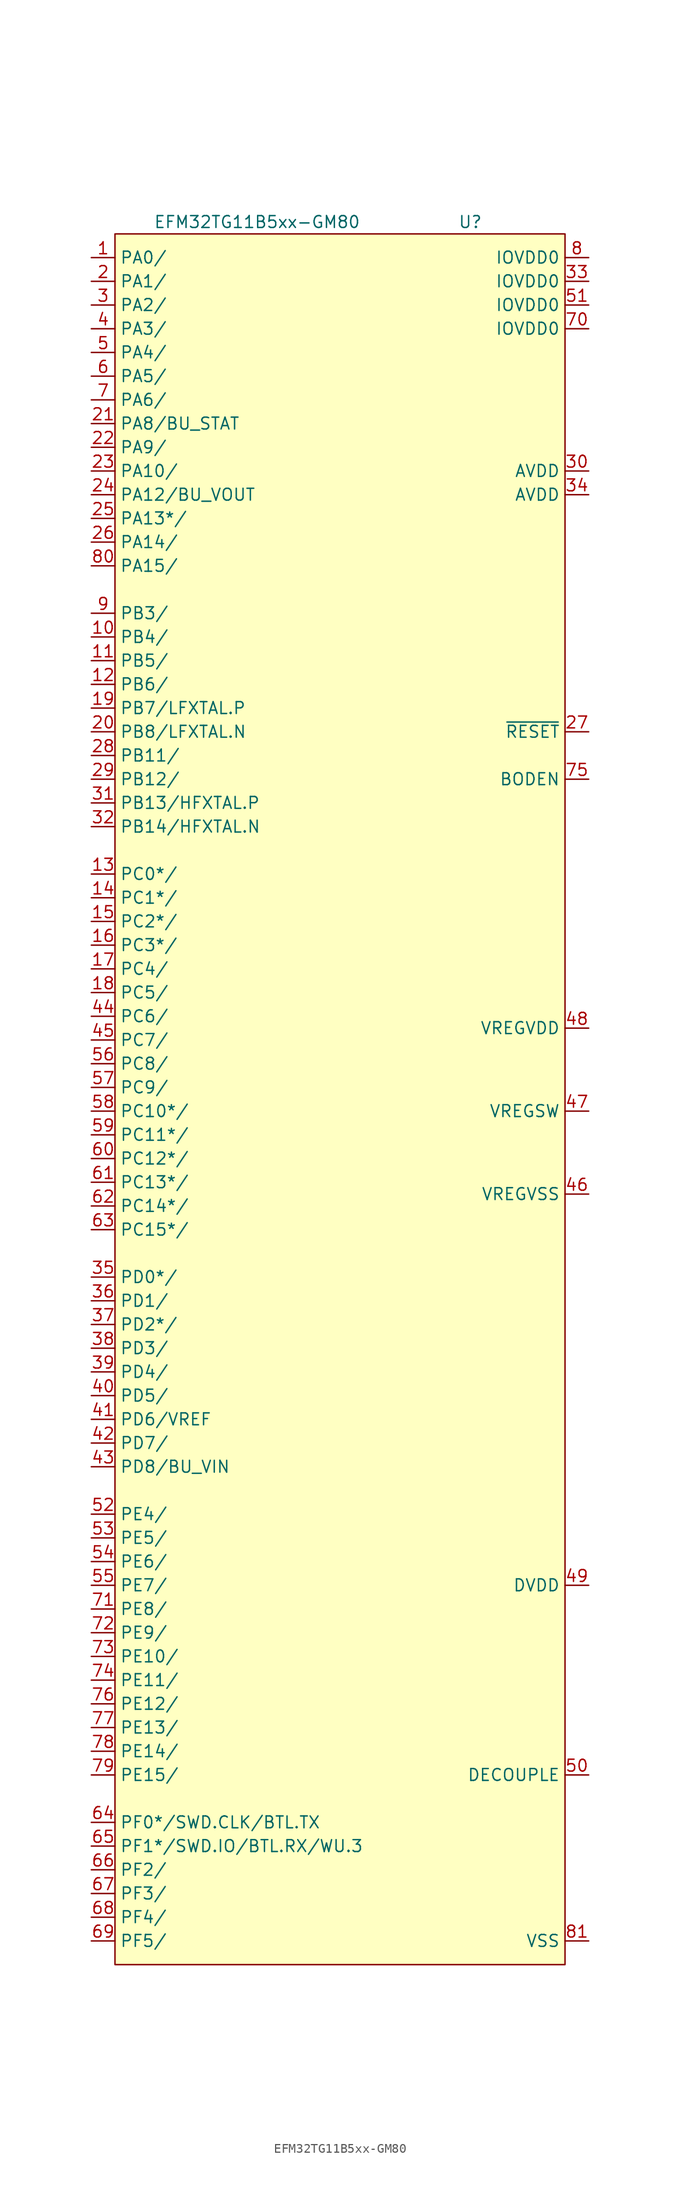
<source format=kicad_sym>
(kicad_symbol_lib
  (version 20231120)
  (generator "kicad_symbol_editor")
  (generator_version "8.0")
  (symbol "EFM32TG11B5xx-GM80"
    (property "Reference" "U"
      (at 13.97 95.25 0)
      (effects (font (size 1.27 1.27))))
    (property "Value" "EFM32TG11B5xx-GM80"
      (at -8.89 95.25 0)
      (effects (font (size 1.27 1.27))))
    (symbol "EFM32TG11B5xx-GM80_0_1"
      (rectangle (start -24.13 93.98) (end 24.13 -91.44) (stroke (width 0) (type default)) (fill (type background))))
    (symbol "EFM32TG11B5xx-GM80_1_1"
      (pin bidirectional line (at -26.67 91.44 0) (length 2.54) (name "PA0/" (effects (font (size 1.27 1.27)))) (number "1" (effects (font (size 1.27 1.27)))))
      (pin bidirectional line (at -26.67 50.8 0) (length 2.54) (name "PB4/" (effects (font (size 1.27 1.27)))) (number "10" (effects (font (size 1.27 1.27)))))
      (pin bidirectional line (at -26.67 48.26 0) (length 2.54) (name "PB5/" (effects (font (size 1.27 1.27)))) (number "11" (effects (font (size 1.27 1.27)))))
      (pin bidirectional line (at -26.67 45.72 0) (length 2.54) (name "PB6/" (effects (font (size 1.27 1.27)))) (number "12" (effects (font (size 1.27 1.27)))))
      (pin bidirectional line (at -26.67 25.4 0) (length 2.54) (name "PC0*/" (effects (font (size 1.27 1.27)))) (number "13" (effects (font (size 1.27 1.27)))))
      (pin bidirectional line (at -26.67 22.86 0) (length 2.54) (name "PC1*/" (effects (font (size 1.27 1.27)))) (number "14" (effects (font (size 1.27 1.27)))))
      (pin bidirectional line (at -26.67 20.32 0) (length 2.54) (name "PC2*/" (effects (font (size 1.27 1.27)))) (number "15" (effects (font (size 1.27 1.27)))))
      (pin bidirectional line (at -26.67 17.78 0) (length 2.54) (name "PC3*/" (effects (font (size 1.27 1.27)))) (number "16" (effects (font (size 1.27 1.27)))))
      (pin bidirectional line (at -26.67 15.24 0) (length 2.54) (name "PC4/" (effects (font (size 1.27 1.27)))) (number "17" (effects (font (size 1.27 1.27)))))
      (pin bidirectional line (at -26.67 12.7 0) (length 2.54) (name "PC5/" (effects (font (size 1.27 1.27)))) (number "18" (effects (font (size 1.27 1.27)))))
      (pin bidirectional line (at -26.67 43.18 0) (length 2.54) (name "PB7/LFXTAL.P" (effects (font (size 1.27 1.27)))) (number "19" (effects (font (size 1.27 1.27)))))
      (pin bidirectional line (at -26.67 88.9 0) (length 2.54) (name "PA1/" (effects (font (size 1.27 1.27)))) (number "2" (effects (font (size 1.27 1.27)))))
      (pin bidirectional line (at -26.67 40.64 0) (length 2.54) (name "PB8/LFXTAL.N" (effects (font (size 1.27 1.27)))) (number "20" (effects (font (size 1.27 1.27)))))
      (pin bidirectional line (at -26.67 73.66 0) (length 2.54) (name "PA8/BU_STAT" (effects (font (size 1.27 1.27)))) (number "21" (effects (font (size 1.27 1.27)))))
      (pin bidirectional line (at -26.67 71.12 0) (length 2.54) (name "PA9/" (effects (font (size 1.27 1.27)))) (number "22" (effects (font (size 1.27 1.27)))))
      (pin bidirectional line (at -26.67 68.58 0) (length 2.54) (name "PA10/" (effects (font (size 1.27 1.27)))) (number "23" (effects (font (size 1.27 1.27)))))
      (pin bidirectional line (at -26.67 66.04 0) (length 2.54) (name "PA12/BU_VOUT" (effects (font (size 1.27 1.27)))) (number "24" (effects (font (size 1.27 1.27)))))
      (pin bidirectional line (at -26.67 63.5 0) (length 2.54) (name "PA13*/" (effects (font (size 1.27 1.27)))) (number "25" (effects (font (size 1.27 1.27)))))
      (pin bidirectional line (at -26.67 60.96 0) (length 2.54) (name "PA14/" (effects (font (size 1.27 1.27)))) (number "26" (effects (font (size 1.27 1.27)))))
      (pin input line (at 26.67 40.64 180) (length 2.54) (name "~{RESET}" (effects (font (size 1.27 1.27)))) (number "27" (effects (font (size 1.27 1.27)))))
      (pin bidirectional line (at -26.67 38.1 0) (length 2.54) (name "PB11/" (effects (font (size 1.27 1.27)))) (number "28" (effects (font (size 1.27 1.27)))))
      (pin bidirectional line (at -26.67 35.56 0) (length 2.54) (name "PB12/" (effects (font (size 1.27 1.27)))) (number "29" (effects (font (size 1.27 1.27)))))
      (pin bidirectional line (at -26.67 86.36 0) (length 2.54) (name "PA2/" (effects (font (size 1.27 1.27)))) (number "3" (effects (font (size 1.27 1.27)))))
      (pin power_in line (at 26.67 68.58 180) (length 2.54) (name "AVDD" (effects (font (size 1.27 1.27)))) (number "30" (effects (font (size 1.27 1.27)))))
      (pin bidirectional line (at -26.67 33.02 0) (length 2.54) (name "PB13/HFXTAL.P" (effects (font (size 1.27 1.27)))) (number "31" (effects (font (size 1.27 1.27)))))
      (pin bidirectional line (at -26.67 30.48 0) (length 2.54) (name "PB14/HFXTAL.N" (effects (font (size 1.27 1.27)))) (number "32" (effects (font (size 1.27 1.27)))))
      (pin power_in line (at 26.67 88.9 180) (length 2.54) (name "IOVDD0" (effects (font (size 1.27 1.27)))) (number "33" (effects (font (size 1.27 1.27)))))
      (pin power_in line (at 26.67 66.04 180) (length 2.54) (name "AVDD" (effects (font (size 1.27 1.27)))) (number "34" (effects (font (size 1.27 1.27)))))
      (pin bidirectional line (at -26.67 -17.78 0) (length 2.54) (name "PD0*/" (effects (font (size 1.27 1.27)))) (number "35" (effects (font (size 1.27 1.27)))))
      (pin bidirectional line (at -26.67 -20.32 0) (length 2.54) (name "PD1/" (effects (font (size 1.27 1.27)))) (number "36" (effects (font (size 1.27 1.27)))))
      (pin bidirectional line (at -26.67 -22.86 0) (length 2.54) (name "PD2*/" (effects (font (size 1.27 1.27)))) (number "37" (effects (font (size 1.27 1.27)))))
      (pin bidirectional line (at -26.67 -25.4 0) (length 2.54) (name "PD3/" (effects (font (size 1.27 1.27)))) (number "38" (effects (font (size 1.27 1.27)))))
      (pin bidirectional line (at -26.67 -27.94 0) (length 2.54) (name "PD4/" (effects (font (size 1.27 1.27)))) (number "39" (effects (font (size 1.27 1.27)))))
      (pin bidirectional line (at -26.67 83.82 0) (length 2.54) (name "PA3/" (effects (font (size 1.27 1.27)))) (number "4" (effects (font (size 1.27 1.27)))))
      (pin bidirectional line (at -26.67 -30.48 0) (length 2.54) (name "PD5/" (effects (font (size 1.27 1.27)))) (number "40" (effects (font (size 1.27 1.27)))))
      (pin bidirectional line (at -26.67 -33.02 0) (length 2.54) (name "PD6/VREF" (effects (font (size 1.27 1.27)))) (number "41" (effects (font (size 1.27 1.27)))))
      (pin bidirectional line (at -26.67 -35.56 0) (length 2.54) (name "PD7/" (effects (font (size 1.27 1.27)))) (number "42" (effects (font (size 1.27 1.27)))))
      (pin bidirectional line (at -26.67 -38.1 0) (length 2.54) (name "PD8/BU_VIN" (effects (font (size 1.27 1.27)))) (number "43" (effects (font (size 1.27 1.27)))))
      (pin bidirectional line (at -26.67 10.16 0) (length 2.54) (name "PC6/" (effects (font (size 1.27 1.27)))) (number "44" (effects (font (size 1.27 1.27)))))
      (pin bidirectional line (at -26.67 7.62 0) (length 2.54) (name "PC7/" (effects (font (size 1.27 1.27)))) (number "45" (effects (font (size 1.27 1.27)))))
      (pin power_in line (at 26.67 -8.89 180) (length 2.54) (name "VREGVSS" (effects (font (size 1.27 1.27)))) (number "46" (effects (font (size 1.27 1.27)))))
      (pin power_in line (at 26.67 0 180) (length 2.54) (name "VREGSW" (effects (font (size 1.27 1.27)))) (number "47" (effects (font (size 1.27 1.27)))))
      (pin power_in line (at 26.67 8.89 180) (length 2.54) (name "VREGVDD" (effects (font (size 1.27 1.27)))) (number "48" (effects (font (size 1.27 1.27)))))
      (pin power_in line (at 26.67 -50.8 180) (length 2.54) (name "DVDD" (effects (font (size 1.27 1.27)))) (number "49" (effects (font (size 1.27 1.27)))))
      (pin bidirectional line (at -26.67 81.28 0) (length 2.54) (name "PA4/" (effects (font (size 1.27 1.27)))) (number "5" (effects (font (size 1.27 1.27)))))
      (pin passive line (at 26.67 -71.12 180) (length 2.54) (name "DECOUPLE" (effects (font (size 1.27 1.27)))) (number "50" (effects (font (size 1.27 1.27)))))
      (pin power_in line (at 26.67 86.36 180) (length 2.54) (name "IOVDD0" (effects (font (size 1.27 1.27)))) (number "51" (effects (font (size 1.27 1.27)))))
      (pin bidirectional line (at -26.67 -43.18 0) (length 2.54) (name "PE4/" (effects (font (size 1.27 1.27)))) (number "52" (effects (font (size 1.27 1.27)))))
      (pin bidirectional line (at -26.67 -45.72 0) (length 2.54) (name "PE5/" (effects (font (size 1.27 1.27)))) (number "53" (effects (font (size 1.27 1.27)))))
      (pin bidirectional line (at -26.67 -48.26 0) (length 2.54) (name "PE6/" (effects (font (size 1.27 1.27)))) (number "54" (effects (font (size 1.27 1.27)))))
      (pin bidirectional line (at -26.67 -50.8 0) (length 2.54) (name "PE7/" (effects (font (size 1.27 1.27)))) (number "55" (effects (font (size 1.27 1.27)))))
      (pin bidirectional line (at -26.67 5.08 0) (length 2.54) (name "PC8/" (effects (font (size 1.27 1.27)))) (number "56" (effects (font (size 1.27 1.27)))))
      (pin bidirectional line (at -26.67 2.54 0) (length 2.54) (name "PC9/" (effects (font (size 1.27 1.27)))) (number "57" (effects (font (size 1.27 1.27)))))
      (pin bidirectional line (at -26.67 0 0) (length 2.54) (name "PC10*/" (effects (font (size 1.27 1.27)))) (number "58" (effects (font (size 1.27 1.27)))))
      (pin bidirectional line (at -26.67 -2.54 0) (length 2.54) (name "PC11*/" (effects (font (size 1.27 1.27)))) (number "59" (effects (font (size 1.27 1.27)))))
      (pin bidirectional line (at -26.67 78.74 0) (length 2.54) (name "PA5/" (effects (font (size 1.27 1.27)))) (number "6" (effects (font (size 1.27 1.27)))))
      (pin bidirectional line (at -26.67 -5.08 0) (length 2.54) (name "PC12*/" (effects (font (size 1.27 1.27)))) (number "60" (effects (font (size 1.27 1.27)))))
      (pin bidirectional line (at -26.67 -7.62 0) (length 2.54) (name "PC13*/" (effects (font (size 1.27 1.27)))) (number "61" (effects (font (size 1.27 1.27)))))
      (pin bidirectional line (at -26.67 -10.16 0) (length 2.54) (name "PC14*/" (effects (font (size 1.27 1.27)))) (number "62" (effects (font (size 1.27 1.27)))))
      (pin bidirectional line (at -26.67 -12.7 0) (length 2.54) (name "PC15*/" (effects (font (size 1.27 1.27)))) (number "63" (effects (font (size 1.27 1.27)))))
      (pin bidirectional line (at -26.67 -76.2 0) (length 2.54) (name "PF0*/SWD.CLK/BTL.TX" (effects (font (size 1.27 1.27)))) (number "64" (effects (font (size 1.27 1.27)))))
      (pin bidirectional line (at -26.67 -78.74 0) (length 2.54) (name "PF1*/SWD.IO/BTL.RX/WU.3" (effects (font (size 1.27 1.27)))) (number "65" (effects (font (size 1.27 1.27)))))
      (pin bidirectional line (at -26.67 -81.28 0) (length 2.54) (name "PF2/" (effects (font (size 1.27 1.27)))) (number "66" (effects (font (size 1.27 1.27)))))
      (pin bidirectional line (at -26.67 -83.82 0) (length 2.54) (name "PF3/" (effects (font (size 1.27 1.27)))) (number "67" (effects (font (size 1.27 1.27)))))
      (pin bidirectional line (at -26.67 -86.36 0) (length 2.54) (name "PF4/" (effects (font (size 1.27 1.27)))) (number "68" (effects (font (size 1.27 1.27)))))
      (pin bidirectional line (at -26.67 -88.9 0) (length 2.54) (name "PF5/" (effects (font (size 1.27 1.27)))) (number "69" (effects (font (size 1.27 1.27)))))
      (pin bidirectional line (at -26.67 76.2 0) (length 2.54) (name "PA6/" (effects (font (size 1.27 1.27)))) (number "7" (effects (font (size 1.27 1.27)))))
      (pin power_in line (at 26.67 83.82 180) (length 2.54) (name "IOVDD0" (effects (font (size 1.27 1.27)))) (number "70" (effects (font (size 1.27 1.27)))))
      (pin bidirectional line (at -26.67 -53.34 0) (length 2.54) (name "PE8/" (effects (font (size 1.27 1.27)))) (number "71" (effects (font (size 1.27 1.27)))))
      (pin bidirectional line (at -26.67 -55.88 0) (length 2.54) (name "PE9/" (effects (font (size 1.27 1.27)))) (number "72" (effects (font (size 1.27 1.27)))))
      (pin bidirectional line (at -26.67 -58.42 0) (length 2.54) (name "PE10/" (effects (font (size 1.27 1.27)))) (number "73" (effects (font (size 1.27 1.27)))))
      (pin bidirectional line (at -26.67 -60.96 0) (length 2.54) (name "PE11/" (effects (font (size 1.27 1.27)))) (number "74" (effects (font (size 1.27 1.27)))))
      (pin input line (at 26.67 35.56 180) (length 2.54) (name "BODEN" (effects (font (size 1.27 1.27)))) (number "75" (effects (font (size 1.27 1.27)))))
      (pin bidirectional line (at -26.67 -63.5 0) (length 2.54) (name "PE12/" (effects (font (size 1.27 1.27)))) (number "76" (effects (font (size 1.27 1.27)))))
      (pin bidirectional line (at -26.67 -66.04 0) (length 2.54) (name "PE13/" (effects (font (size 1.27 1.27)))) (number "77" (effects (font (size 1.27 1.27)))))
      (pin bidirectional line (at -26.67 -68.58 0) (length 2.54) (name "PE14/" (effects (font (size 1.27 1.27)))) (number "78" (effects (font (size 1.27 1.27)))))
      (pin bidirectional line (at -26.67 -71.12 0) (length 2.54) (name "PE15/" (effects (font (size 1.27 1.27)))) (number "79" (effects (font (size 1.27 1.27)))))
      (pin power_in line (at 26.67 91.44 180) (length 2.54) (name "IOVDD0" (effects (font (size 1.27 1.27)))) (number "8" (effects (font (size 1.27 1.27)))))
      (pin bidirectional line (at -26.67 58.42 0) (length 2.54) (name "PA15/" (effects (font (size 1.27 1.27)))) (number "80" (effects (font (size 1.27 1.27)))))
      (pin power_in line (at 26.67 -88.9 180) (length 2.54) (name "VSS" (effects (font (size 1.27 1.27)))) (number "81" (effects (font (size 1.27 1.27)))))
      (pin bidirectional line (at -26.67 53.34 0) (length 2.54) (name "PB3/" (effects (font (size 1.27 1.27)))) (number "9" (effects (font (size 1.27 1.27))))))))
</source>
